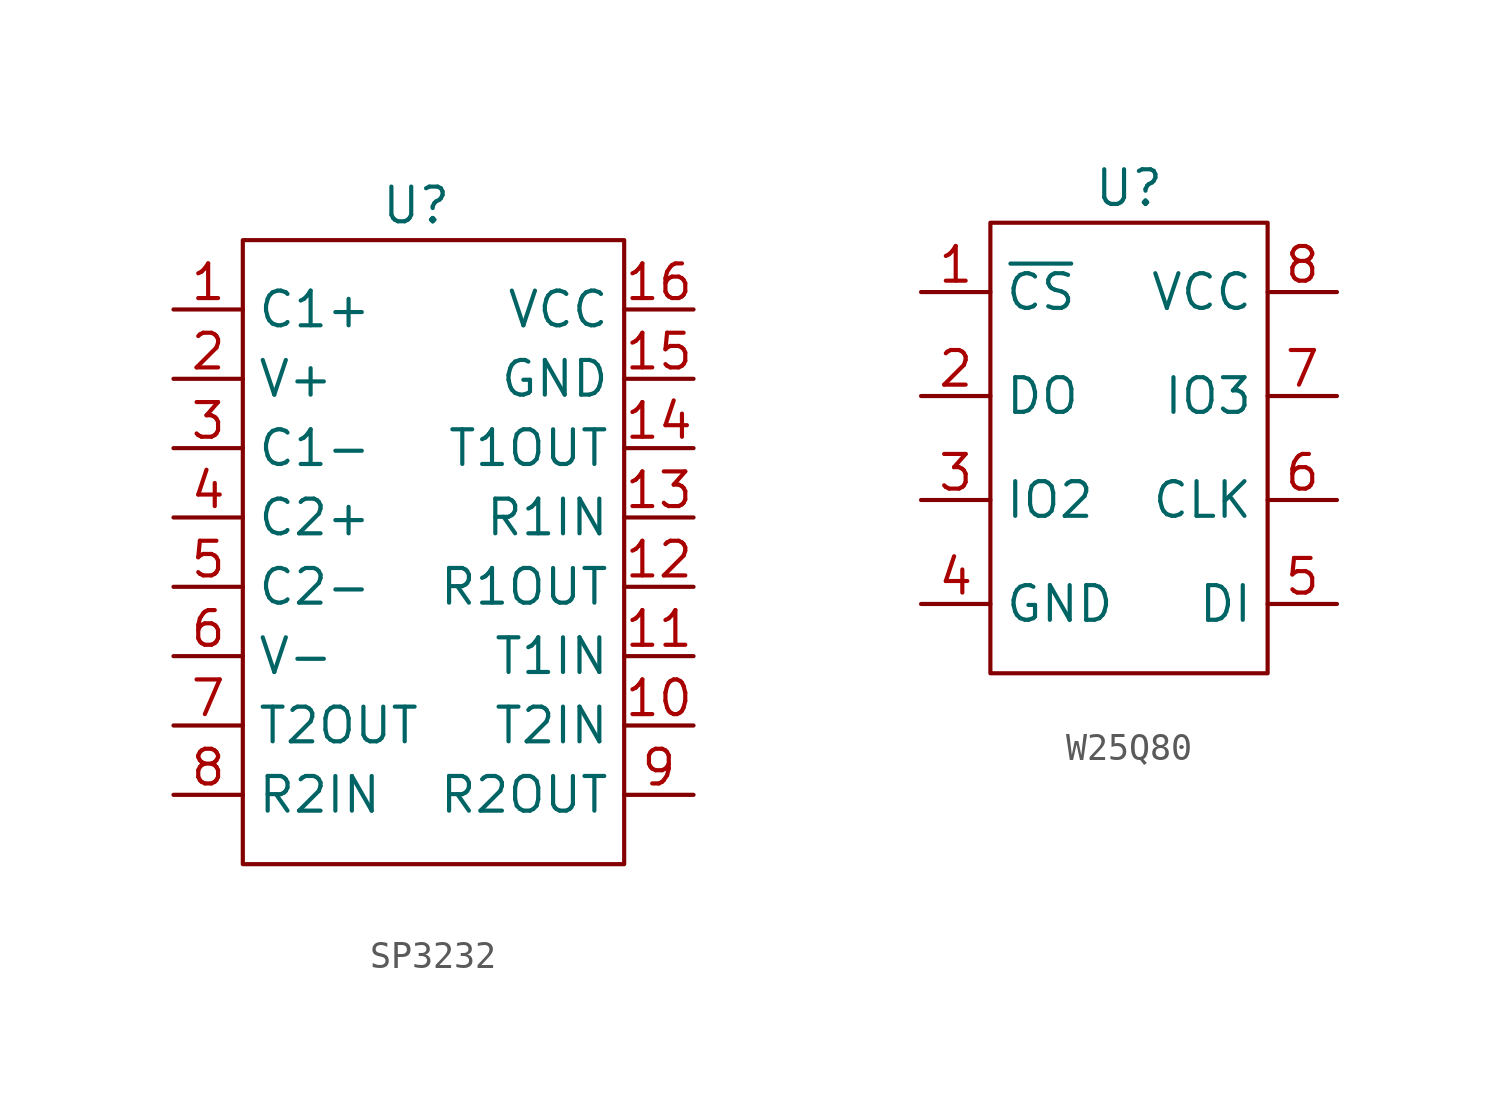
<source format=kicad_sym>
(kicad_symbol_lib
  (version 20220914)
  (generator kicad_symbol_editor)
  (symbol "SP3232"
    (property "Reference" "U"
      (at 6.35 1.27 0)
      (effects (font (size 1.27 1.27))))
    (property "Value" ""
      (at 0 -1.27 0)
      (effects (font (size 1.27 1.27))))
    (symbol "SP3232_0_1"
      (rectangle (start 0 0) (end 13.97 -22.86) (stroke (width 0) (type default)) (fill (type none))))
    (symbol "SP3232_1_1"
      (pin input line (at -2.54 -2.54 0) (length 2.54) (name "C1+" (effects (font (size 1.27 1.27)))) (number "1" (effects (font (size 1.27 1.27)))))
      (pin input line (at 16.51 -17.78 180) (length 2.54) (name "T2IN" (effects (font (size 1.27 1.27)))) (number "10" (effects (font (size 1.27 1.27)))))
      (pin input line (at 16.51 -15.24 180) (length 2.54) (name "T1IN" (effects (font (size 1.27 1.27)))) (number "11" (effects (font (size 1.27 1.27)))))
      (pin input line (at 16.51 -12.7 180) (length 2.54) (name "R1OUT" (effects (font (size 1.27 1.27)))) (number "12" (effects (font (size 1.27 1.27)))))
      (pin input line (at 16.51 -10.16 180) (length 2.54) (name "R1IN" (effects (font (size 1.27 1.27)))) (number "13" (effects (font (size 1.27 1.27)))))
      (pin input line (at 16.51 -7.62 180) (length 2.54) (name "T1OUT" (effects (font (size 1.27 1.27)))) (number "14" (effects (font (size 1.27 1.27)))))
      (pin input line (at 16.51 -5.08 180) (length 2.54) (name "GND" (effects (font (size 1.27 1.27)))) (number "15" (effects (font (size 1.27 1.27)))))
      (pin input line (at 16.51 -2.54 180) (length 2.54) (name "VCC" (effects (font (size 1.27 1.27)))) (number "16" (effects (font (size 1.27 1.27)))))
      (pin input line (at -2.54 -5.08 0) (length 2.54) (name "V+" (effects (font (size 1.27 1.27)))) (number "2" (effects (font (size 1.27 1.27)))))
      (pin input line (at -2.54 -7.62 0) (length 2.54) (name "C1-" (effects (font (size 1.27 1.27)))) (number "3" (effects (font (size 1.27 1.27)))))
      (pin input line (at -2.54 -10.16 0) (length 2.54) (name "C2+" (effects (font (size 1.27 1.27)))) (number "4" (effects (font (size 1.27 1.27)))))
      (pin input line (at -2.54 -12.7 0) (length 2.54) (name "C2-" (effects (font (size 1.27 1.27)))) (number "5" (effects (font (size 1.27 1.27)))))
      (pin input line (at -2.54 -15.24 0) (length 2.54) (name "V-" (effects (font (size 1.27 1.27)))) (number "6" (effects (font (size 1.27 1.27)))))
      (pin input line (at -2.54 -17.78 0) (length 2.54) (name "T2OUT" (effects (font (size 1.27 1.27)))) (number "7" (effects (font (size 1.27 1.27)))))
      (pin input line (at -2.54 -20.32 0) (length 2.54) (name "R2IN" (effects (font (size 1.27 1.27)))) (number "8" (effects (font (size 1.27 1.27)))))
      (pin input line (at 16.51 -20.32 180) (length 2.54) (name "R2OUT" (effects (font (size 1.27 1.27)))) (number "9" (effects (font (size 1.27 1.27)))))))
  (symbol "W25Q80"
    (property "Reference" "U"
      (at 5.08 1.27 0)
      (effects (font (size 1.27 1.27))))
    (property "Value" ""
      (at 0 0 0)
      (effects (font (size 1.27 1.27))))
    (symbol "W25Q80_0_1"
      (rectangle (start 0 0) (end 10.16 -16.51) (stroke (width 0) (type default)) (fill (type none))))
    (symbol "W25Q80_1_1"
      (pin input line (at -2.54 -2.54 0) (length 2.54) (name "~{CS}" (effects (font (size 1.27 1.27)))) (number "1" (effects (font (size 1.27 1.27)))))
      (pin input line (at -2.54 -6.35 0) (length 2.54) (name "DO" (effects (font (size 1.27 1.27)))) (number "2" (effects (font (size 1.27 1.27)))))
      (pin input line (at -2.54 -10.16 0) (length 2.54) (name "IO2" (effects (font (size 1.27 1.27)))) (number "3" (effects (font (size 1.27 1.27)))))
      (pin input line (at -2.54 -13.97 0) (length 2.54) (name "GND" (effects (font (size 1.27 1.27)))) (number "4" (effects (font (size 1.27 1.27)))))
      (pin output line (at 12.7 -13.97 180) (length 2.54) (name "DI" (effects (font (size 1.27 1.27)))) (number "5" (effects (font (size 1.27 1.27)))))
      (pin input line (at 12.7 -10.16 180) (length 2.54) (name "CLK" (effects (font (size 1.27 1.27)))) (number "6" (effects (font (size 1.27 1.27)))))
      (pin input line (at 12.7 -6.35 180) (length 2.54) (name "IO3" (effects (font (size 1.27 1.27)))) (number "7" (effects (font (size 1.27 1.27)))))
      (pin input line (at 12.7 -2.54 180) (length 2.54) (name "VCC" (effects (font (size 1.27 1.27)))) (number "8" (effects (font (size 1.27 1.27))))))))
</source>
